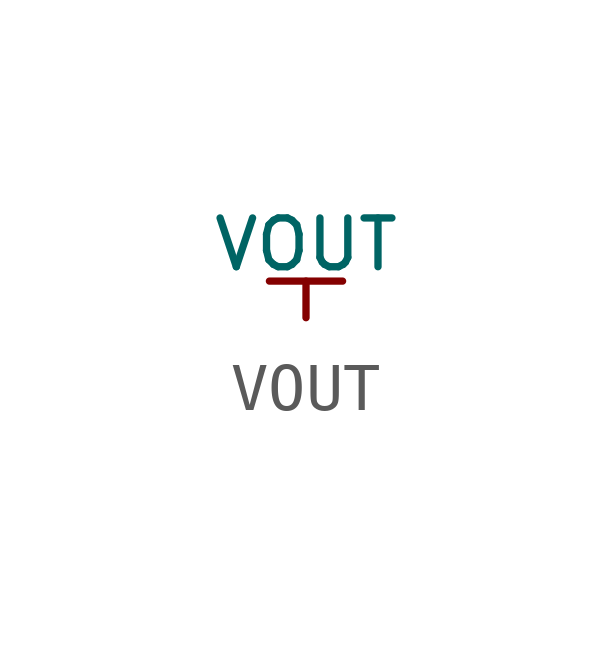
<source format=kicad_sym>
(kicad_symbol_lib
  (version 20211014)
  (generator kicad_symbol_editor)
  (symbol "VOUT"
    (power)
    (pin_numbers hide)
    (pin_names
      (offset 0) hide)
    (property "Reference" "#PWR"
      (at 0.254 0 0)
      (effects (font (size 0.508 0.508)) hide))
    (property "Value" "VOUT"
      (at 0 1.524 0)
      (effects (font (size 1.016 1.016))))
    (symbol "VOUT_0_1"
      (polyline (pts (xy -0.762 0.762) (xy 0.762 0.762)) (stroke (width 0) (type default) (color 0 0 0 0)) (fill (type none)))
      (polyline (pts (xy 0 0) (xy 0 0.762)) (stroke (width 0) (type default) (color 0 0 0 0)) (fill (type none))))
    (symbol "VOUT_1_1"
      (pin power_in line (at 0 0 90) (length 0) hide (name "VOUT" (effects (font (size 1.27 1.27)))) (number "1" (effects (font (size 1.27 1.27))))))))
</source>
